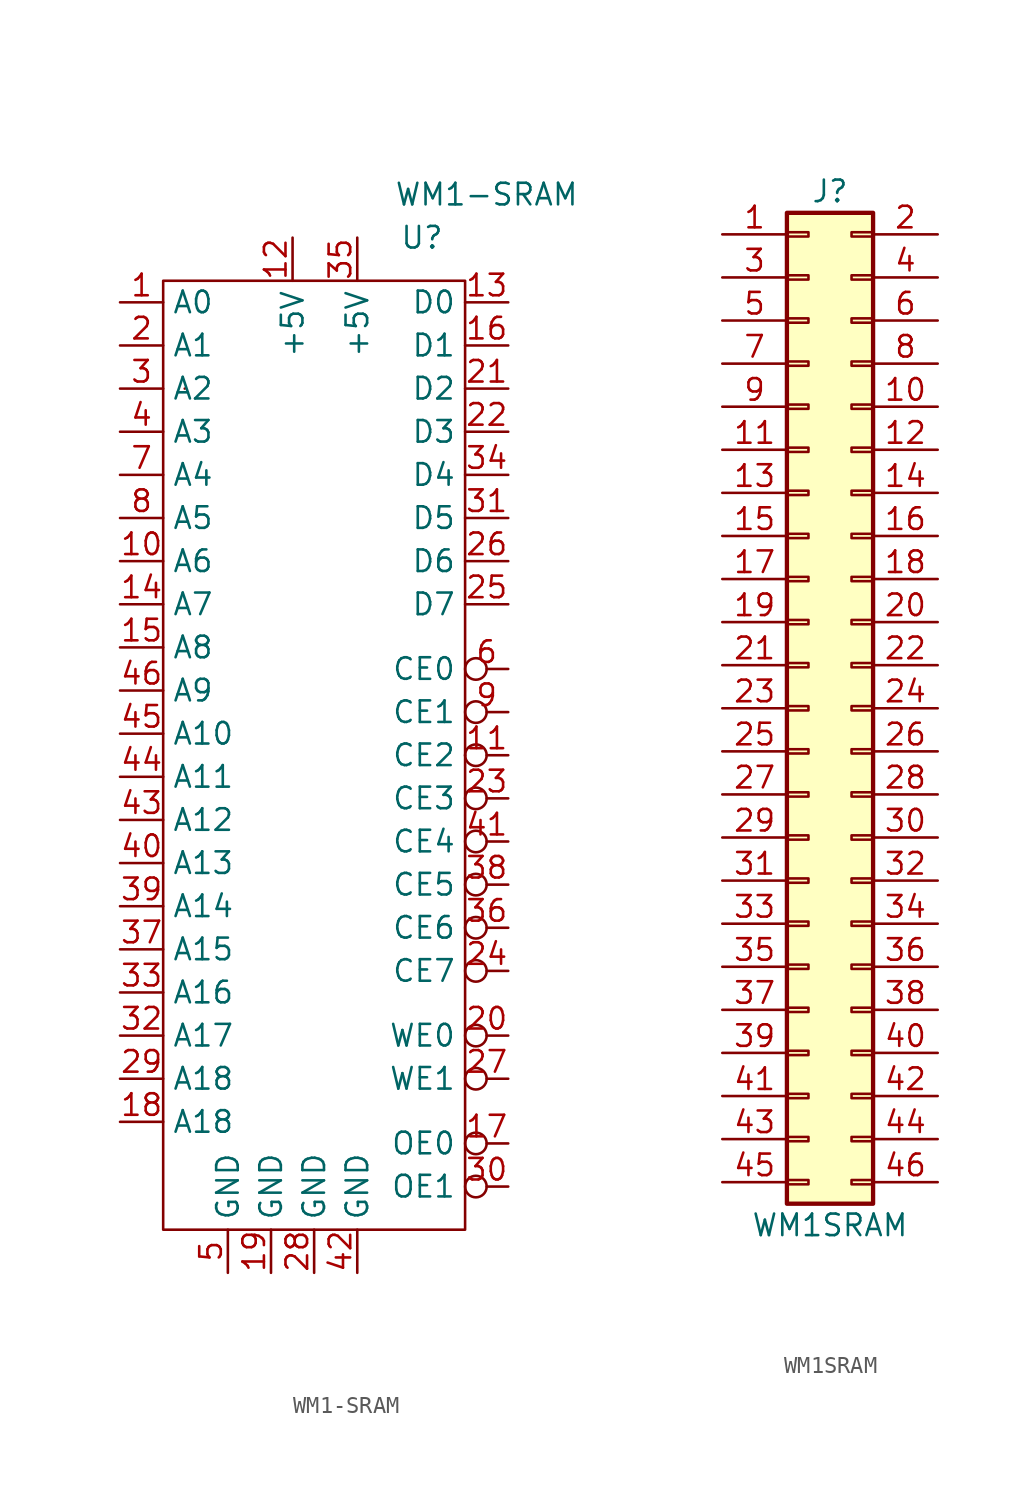
<source format=kicad_sym>
(kicad_symbol_lib
  (version 20211014)
  (generator kicad_symbol_editor)
  (symbol "WM1-SRAM"
    (property "Reference" "U"
      (at 6.35 29.21 0)
      (effects (font (size 1.27 1.27))))
    (property "Value" "WM1-SRAM"
      (at 10.16 31.75 0)
      (effects (font (size 1.27 1.27))))
    (symbol "WM1-SRAM_0_1"
      (rectangle (start -8.89 26.67) (end 8.89 -29.21) (stroke (width 0.152) (type default) (color 0 0 0 0)) (fill (type none)))
      (rectangle (start -7.62 20.32) (end -7.62 20.32) (stroke (width 0.152) (type default) (color 0 0 0 0)) (fill (type none)))
      (rectangle (start 8.89 -1.27) (end 8.89 -1.27) (stroke (width 0.152) (type default) (color 0 0 0 0)) (fill (type none))))
    (symbol "WM1-SRAM_1_1"
      (pin input line (at -11.43 25.4 0) (length 2.54) (name "A0" (effects (font (size 1.27 1.27)))) (number "1" (effects (font (size 1.27 1.27)))))
      (pin input line (at -11.43 10.16 0) (length 2.54) (name "A6" (effects (font (size 1.27 1.27)))) (number "10" (effects (font (size 1.27 1.27)))))
      (pin input inverted (at 11.43 -1.27 180) (length 2.54) (name "CE2" (effects (font (size 1.27 1.27)))) (number "11" (effects (font (size 1.27 1.27)))))
      (pin power_in line (at -1.27 29.21 270) (length 2.54) (name "+5V" (effects (font (size 1.27 1.27)))) (number "12" (effects (font (size 1.27 1.27)))))
      (pin bidirectional line (at 11.43 25.4 180) (length 2.54) (name "D0" (effects (font (size 1.27 1.27)))) (number "13" (effects (font (size 1.27 1.27)))))
      (pin input line (at -11.43 7.62 0) (length 2.54) (name "A7" (effects (font (size 1.27 1.27)))) (number "14" (effects (font (size 1.27 1.27)))))
      (pin input line (at -11.43 5.08 0) (length 2.54) (name "A8" (effects (font (size 1.27 1.27)))) (number "15" (effects (font (size 1.27 1.27)))))
      (pin bidirectional line (at 11.43 22.86 180) (length 2.54) (name "D1" (effects (font (size 1.27 1.27)))) (number "16" (effects (font (size 1.27 1.27)))))
      (pin input inverted (at 11.43 -24.13 180) (length 2.54) (name "OE0" (effects (font (size 1.27 1.27)))) (number "17" (effects (font (size 1.27 1.27)))))
      (pin input line (at -11.43 -22.86 0) (length 2.54) (name "A18" (effects (font (size 1.27 1.27)))) (number "18" (effects (font (size 1.27 1.27)))))
      (pin power_in line (at -2.54 -31.75 90) (length 2.54) (name "GND" (effects (font (size 1.27 1.27)))) (number "19" (effects (font (size 1.27 1.27)))))
      (pin input line (at -11.43 22.86 0) (length 2.54) (name "A1" (effects (font (size 1.27 1.27)))) (number "2" (effects (font (size 1.27 1.27)))))
      (pin input inverted (at 11.43 -17.78 180) (length 2.54) (name "WE0" (effects (font (size 1.27 1.27)))) (number "20" (effects (font (size 1.27 1.27)))))
      (pin bidirectional line (at 11.43 20.32 180) (length 2.54) (name "D2" (effects (font (size 1.27 1.27)))) (number "21" (effects (font (size 1.27 1.27)))))
      (pin bidirectional line (at 11.43 17.78 180) (length 2.54) (name "D3" (effects (font (size 1.27 1.27)))) (number "22" (effects (font (size 1.27 1.27)))))
      (pin input inverted (at 11.43 -3.81 180) (length 2.54) (name "CE3" (effects (font (size 1.27 1.27)))) (number "23" (effects (font (size 1.27 1.27)))))
      (pin input inverted (at 11.43 -13.97 180) (length 2.54) (name "CE7" (effects (font (size 1.27 1.27)))) (number "24" (effects (font (size 1.27 1.27)))))
      (pin bidirectional line (at 11.43 7.62 180) (length 2.54) (name "D7" (effects (font (size 1.27 1.27)))) (number "25" (effects (font (size 1.27 1.27)))))
      (pin bidirectional line (at 11.43 10.16 180) (length 2.54) (name "D6" (effects (font (size 1.27 1.27)))) (number "26" (effects (font (size 1.27 1.27)))))
      (pin input inverted (at 11.43 -20.32 180) (length 2.54) (name "WE1" (effects (font (size 1.27 1.27)))) (number "27" (effects (font (size 1.27 1.27)))))
      (pin power_in line (at 0 -31.75 90) (length 2.54) (name "GND" (effects (font (size 1.27 1.27)))) (number "28" (effects (font (size 1.27 1.27)))))
      (pin input line (at -11.43 -20.32 0) (length 2.54) (name "A18" (effects (font (size 1.27 1.27)))) (number "29" (effects (font (size 1.27 1.27)))))
      (pin input line (at -11.43 20.32 0) (length 2.54) (name "A2" (effects (font (size 1.27 1.27)))) (number "3" (effects (font (size 1.27 1.27)))))
      (pin input inverted (at 11.43 -26.67 180) (length 2.54) (name "OE1" (effects (font (size 1.27 1.27)))) (number "30" (effects (font (size 1.27 1.27)))))
      (pin bidirectional line (at 11.43 12.7 180) (length 2.54) (name "D5" (effects (font (size 1.27 1.27)))) (number "31" (effects (font (size 1.27 1.27)))))
      (pin input line (at -11.43 -17.78 0) (length 2.54) (name "A17" (effects (font (size 1.27 1.27)))) (number "32" (effects (font (size 1.27 1.27)))))
      (pin input line (at -11.43 -15.24 0) (length 2.54) (name "A16" (effects (font (size 1.27 1.27)))) (number "33" (effects (font (size 1.27 1.27)))))
      (pin bidirectional line (at 11.43 15.24 180) (length 2.54) (name "D4" (effects (font (size 1.27 1.27)))) (number "34" (effects (font (size 1.27 1.27)))))
      (pin power_in line (at 2.54 29.21 270) (length 2.54) (name "+5V" (effects (font (size 1.27 1.27)))) (number "35" (effects (font (size 1.27 1.27)))))
      (pin input inverted (at 11.43 -11.43 180) (length 2.54) (name "CE6" (effects (font (size 1.27 1.27)))) (number "36" (effects (font (size 1.27 1.27)))))
      (pin input line (at -11.43 -12.7 0) (length 2.54) (name "A15" (effects (font (size 1.27 1.27)))) (number "37" (effects (font (size 1.27 1.27)))))
      (pin input inverted (at 11.43 -8.89 180) (length 2.54) (name "CE5" (effects (font (size 1.27 1.27)))) (number "38" (effects (font (size 1.27 1.27)))))
      (pin input line (at -11.43 -10.16 0) (length 2.54) (name "A14" (effects (font (size 1.27 1.27)))) (number "39" (effects (font (size 1.27 1.27)))))
      (pin input line (at -11.43 17.78 0) (length 2.54) (name "A3" (effects (font (size 1.27 1.27)))) (number "4" (effects (font (size 1.27 1.27)))))
      (pin input line (at -11.43 -7.62 0) (length 2.54) (name "A13" (effects (font (size 1.27 1.27)))) (number "40" (effects (font (size 1.27 1.27)))))
      (pin input inverted (at 11.43 -6.35 180) (length 2.54) (name "CE4" (effects (font (size 1.27 1.27)))) (number "41" (effects (font (size 1.27 1.27)))))
      (pin power_in line (at 2.54 -31.75 90) (length 2.54) (name "GND" (effects (font (size 1.27 1.27)))) (number "42" (effects (font (size 1.27 1.27)))))
      (pin input line (at -11.43 -5.08 0) (length 2.54) (name "A12" (effects (font (size 1.27 1.27)))) (number "43" (effects (font (size 1.27 1.27)))))
      (pin input line (at -11.43 -2.54 0) (length 2.54) (name "A11" (effects (font (size 1.27 1.27)))) (number "44" (effects (font (size 1.27 1.27)))))
      (pin input line (at -11.43 0 0) (length 2.54) (name "A10" (effects (font (size 1.27 1.27)))) (number "45" (effects (font (size 1.27 1.27)))))
      (pin input line (at -11.43 2.54 0) (length 2.54) (name "A9" (effects (font (size 1.27 1.27)))) (number "46" (effects (font (size 1.27 1.27)))))
      (pin power_in line (at -5.08 -31.75 90) (length 2.54) (name "GND" (effects (font (size 1.27 1.27)))) (number "5" (effects (font (size 1.27 1.27)))))
      (pin input inverted (at 11.43 3.81 180) (length 2.54) (name "CE0" (effects (font (size 1.27 1.27)))) (number "6" (effects (font (size 1.27 1.27)))))
      (pin input line (at -11.43 15.24 0) (length 2.54) (name "A4" (effects (font (size 1.27 1.27)))) (number "7" (effects (font (size 1.27 1.27)))))
      (pin input line (at -11.43 12.7 0) (length 2.54) (name "A5" (effects (font (size 1.27 1.27)))) (number "8" (effects (font (size 1.27 1.27)))))
      (pin input inverted (at 11.43 1.27 180) (length 2.54) (name "CE1" (effects (font (size 1.27 1.27)))) (number "9" (effects (font (size 1.27 1.27)))))))
  (symbol "WM1SRAM"
    (pin_names
      (offset 1.016) hide)
    (property "Reference" "J"
      (at 1.27 30.48 0)
      (effects (font (size 1.27 1.27))))
    (property "Value" "WM1SRAM"
      (at 1.27 -30.48 0)
      (effects (font (size 1.27 1.27))))
    (symbol "WM1SRAM_1_1"
      (rectangle (start -1.27 -27.813) (end 0 -28.067) (stroke (width 0.152) (type default) (color 0 0 0 0)) (fill (type none)))
      (rectangle (start -1.27 -25.273) (end 0 -25.527) (stroke (width 0.152) (type default) (color 0 0 0 0)) (fill (type none)))
      (rectangle (start -1.27 -22.733) (end 0 -22.987) (stroke (width 0.152) (type default) (color 0 0 0 0)) (fill (type none)))
      (rectangle (start -1.27 -20.193) (end 0 -20.447) (stroke (width 0.152) (type default) (color 0 0 0 0)) (fill (type none)))
      (rectangle (start -1.27 -17.653) (end 0 -17.907) (stroke (width 0.152) (type default) (color 0 0 0 0)) (fill (type none)))
      (rectangle (start -1.27 -15.113) (end 0 -15.367) (stroke (width 0.152) (type default) (color 0 0 0 0)) (fill (type none)))
      (rectangle (start -1.27 -12.573) (end 0 -12.827) (stroke (width 0.152) (type default) (color 0 0 0 0)) (fill (type none)))
      (rectangle (start -1.27 -10.033) (end 0 -10.287) (stroke (width 0.152) (type default) (color 0 0 0 0)) (fill (type none)))
      (rectangle (start -1.27 -7.493) (end 0 -7.747) (stroke (width 0.152) (type default) (color 0 0 0 0)) (fill (type none)))
      (rectangle (start -1.27 -4.953) (end 0 -5.207) (stroke (width 0.152) (type default) (color 0 0 0 0)) (fill (type none)))
      (rectangle (start -1.27 -2.413) (end 0 -2.667) (stroke (width 0.152) (type default) (color 0 0 0 0)) (fill (type none)))
      (rectangle (start -1.27 0.127) (end 0 -0.127) (stroke (width 0.152) (type default) (color 0 0 0 0)) (fill (type none)))
      (rectangle (start -1.27 2.667) (end 0 2.413) (stroke (width 0.152) (type default) (color 0 0 0 0)) (fill (type none)))
      (rectangle (start -1.27 5.207) (end 0 4.953) (stroke (width 0.152) (type default) (color 0 0 0 0)) (fill (type none)))
      (rectangle (start -1.27 7.747) (end 0 7.493) (stroke (width 0.152) (type default) (color 0 0 0 0)) (fill (type none)))
      (rectangle (start -1.27 10.287) (end 0 10.033) (stroke (width 0.152) (type default) (color 0 0 0 0)) (fill (type none)))
      (rectangle (start -1.27 12.827) (end 0 12.573) (stroke (width 0.152) (type default) (color 0 0 0 0)) (fill (type none)))
      (rectangle (start -1.27 15.367) (end 0 15.113) (stroke (width 0.152) (type default) (color 0 0 0 0)) (fill (type none)))
      (rectangle (start -1.27 17.907) (end 0 17.653) (stroke (width 0.152) (type default) (color 0 0 0 0)) (fill (type none)))
      (rectangle (start -1.27 20.447) (end 0 20.193) (stroke (width 0.152) (type default) (color 0 0 0 0)) (fill (type none)))
      (rectangle (start -1.27 22.987) (end 0 22.733) (stroke (width 0.152) (type default) (color 0 0 0 0)) (fill (type none)))
      (rectangle (start -1.27 25.527) (end 0 25.273) (stroke (width 0.152) (type default) (color 0 0 0 0)) (fill (type none)))
      (rectangle (start -1.27 28.067) (end 0 27.813) (stroke (width 0.152) (type default) (color 0 0 0 0)) (fill (type none)))
      (rectangle (start -1.27 29.21) (end 3.81 -29.21) (stroke (width 0.254) (type default) (color 0 0 0 0)) (fill (type background)))
      (rectangle (start 3.81 -27.813) (end 2.54 -28.067) (stroke (width 0.152) (type default) (color 0 0 0 0)) (fill (type none)))
      (rectangle (start 3.81 -25.273) (end 2.54 -25.527) (stroke (width 0.152) (type default) (color 0 0 0 0)) (fill (type none)))
      (rectangle (start 3.81 -22.733) (end 2.54 -22.987) (stroke (width 0.152) (type default) (color 0 0 0 0)) (fill (type none)))
      (rectangle (start 3.81 -20.193) (end 2.54 -20.447) (stroke (width 0.152) (type default) (color 0 0 0 0)) (fill (type none)))
      (rectangle (start 3.81 -17.653) (end 2.54 -17.907) (stroke (width 0.152) (type default) (color 0 0 0 0)) (fill (type none)))
      (rectangle (start 3.81 -15.113) (end 2.54 -15.367) (stroke (width 0.152) (type default) (color 0 0 0 0)) (fill (type none)))
      (rectangle (start 3.81 -12.573) (end 2.54 -12.827) (stroke (width 0.152) (type default) (color 0 0 0 0)) (fill (type none)))
      (rectangle (start 3.81 -10.033) (end 2.54 -10.287) (stroke (width 0.152) (type default) (color 0 0 0 0)) (fill (type none)))
      (rectangle (start 3.81 -7.493) (end 2.54 -7.747) (stroke (width 0.152) (type default) (color 0 0 0 0)) (fill (type none)))
      (rectangle (start 3.81 -4.953) (end 2.54 -5.207) (stroke (width 0.152) (type default) (color 0 0 0 0)) (fill (type none)))
      (rectangle (start 3.81 -2.413) (end 2.54 -2.667) (stroke (width 0.152) (type default) (color 0 0 0 0)) (fill (type none)))
      (rectangle (start 3.81 0.127) (end 2.54 -0.127) (stroke (width 0.152) (type default) (color 0 0 0 0)) (fill (type none)))
      (rectangle (start 3.81 2.667) (end 2.54 2.413) (stroke (width 0.152) (type default) (color 0 0 0 0)) (fill (type none)))
      (rectangle (start 3.81 5.207) (end 2.54 4.953) (stroke (width 0.152) (type default) (color 0 0 0 0)) (fill (type none)))
      (rectangle (start 3.81 7.747) (end 2.54 7.493) (stroke (width 0.152) (type default) (color 0 0 0 0)) (fill (type none)))
      (rectangle (start 3.81 10.287) (end 2.54 10.033) (stroke (width 0.152) (type default) (color 0 0 0 0)) (fill (type none)))
      (rectangle (start 3.81 12.827) (end 2.54 12.573) (stroke (width 0.152) (type default) (color 0 0 0 0)) (fill (type none)))
      (rectangle (start 3.81 15.367) (end 2.54 15.113) (stroke (width 0.152) (type default) (color 0 0 0 0)) (fill (type none)))
      (rectangle (start 3.81 17.907) (end 2.54 17.653) (stroke (width 0.152) (type default) (color 0 0 0 0)) (fill (type none)))
      (rectangle (start 3.81 20.447) (end 2.54 20.193) (stroke (width 0.152) (type default) (color 0 0 0 0)) (fill (type none)))
      (rectangle (start 3.81 22.987) (end 2.54 22.733) (stroke (width 0.152) (type default) (color 0 0 0 0)) (fill (type none)))
      (rectangle (start 3.81 25.527) (end 2.54 25.273) (stroke (width 0.152) (type default) (color 0 0 0 0)) (fill (type none)))
      (rectangle (start 3.81 28.067) (end 2.54 27.813) (stroke (width 0.152) (type default) (color 0 0 0 0)) (fill (type none)))
      (pin input line (at -5.08 27.94 0) (length 3.81) (name "A0" (effects (font (size 1.27 1.27)))) (number "1" (effects (font (size 1.27 1.27)))))
      (pin passive line (at 7.62 17.78 180) (length 3.81) (name "Pin_10" (effects (font (size 1.27 1.27)))) (number "10" (effects (font (size 1.27 1.27)))))
      (pin passive line (at -5.08 15.24 0) (length 3.81) (name "Pin_11" (effects (font (size 1.27 1.27)))) (number "11" (effects (font (size 1.27 1.27)))))
      (pin passive line (at 7.62 15.24 180) (length 3.81) (name "Pin_12" (effects (font (size 1.27 1.27)))) (number "12" (effects (font (size 1.27 1.27)))))
      (pin passive line (at -5.08 12.7 0) (length 3.81) (name "Pin_13" (effects (font (size 1.27 1.27)))) (number "13" (effects (font (size 1.27 1.27)))))
      (pin passive line (at 7.62 12.7 180) (length 3.81) (name "Pin_14" (effects (font (size 1.27 1.27)))) (number "14" (effects (font (size 1.27 1.27)))))
      (pin passive line (at -5.08 10.16 0) (length 3.81) (name "Pin_15" (effects (font (size 1.27 1.27)))) (number "15" (effects (font (size 1.27 1.27)))))
      (pin passive line (at 7.62 10.16 180) (length 3.81) (name "Pin_16" (effects (font (size 1.27 1.27)))) (number "16" (effects (font (size 1.27 1.27)))))
      (pin passive line (at -5.08 7.62 0) (length 3.81) (name "Pin_17" (effects (font (size 1.27 1.27)))) (number "17" (effects (font (size 1.27 1.27)))))
      (pin passive line (at 7.62 7.62 180) (length 3.81) (name "Pin_18" (effects (font (size 1.27 1.27)))) (number "18" (effects (font (size 1.27 1.27)))))
      (pin passive line (at -5.08 5.08 0) (length 3.81) (name "Pin_19" (effects (font (size 1.27 1.27)))) (number "19" (effects (font (size 1.27 1.27)))))
      (pin passive line (at 7.62 27.94 180) (length 3.81) (name "A1" (effects (font (size 1.27 1.27)))) (number "2" (effects (font (size 1.27 1.27)))))
      (pin passive line (at 7.62 5.08 180) (length 3.81) (name "Pin_20" (effects (font (size 1.27 1.27)))) (number "20" (effects (font (size 1.27 1.27)))))
      (pin passive line (at -5.08 2.54 0) (length 3.81) (name "Pin_21" (effects (font (size 1.27 1.27)))) (number "21" (effects (font (size 1.27 1.27)))))
      (pin passive line (at 7.62 2.54 180) (length 3.81) (name "Pin_22" (effects (font (size 1.27 1.27)))) (number "22" (effects (font (size 1.27 1.27)))))
      (pin passive line (at -5.08 0 0) (length 3.81) (name "Pin_23" (effects (font (size 1.27 1.27)))) (number "23" (effects (font (size 1.27 1.27)))))
      (pin passive line (at 7.62 0 180) (length 3.81) (name "Pin_24" (effects (font (size 1.27 1.27)))) (number "24" (effects (font (size 1.27 1.27)))))
      (pin passive line (at -5.08 -2.54 0) (length 3.81) (name "Pin_25" (effects (font (size 1.27 1.27)))) (number "25" (effects (font (size 1.27 1.27)))))
      (pin passive line (at 7.62 -2.54 180) (length 3.81) (name "Pin_26" (effects (font (size 1.27 1.27)))) (number "26" (effects (font (size 1.27 1.27)))))
      (pin passive line (at -5.08 -5.08 0) (length 3.81) (name "Pin_27" (effects (font (size 1.27 1.27)))) (number "27" (effects (font (size 1.27 1.27)))))
      (pin passive line (at 7.62 -5.08 180) (length 3.81) (name "Pin_28" (effects (font (size 1.27 1.27)))) (number "28" (effects (font (size 1.27 1.27)))))
      (pin passive line (at -5.08 -7.62 0) (length 3.81) (name "Pin_29" (effects (font (size 1.27 1.27)))) (number "29" (effects (font (size 1.27 1.27)))))
      (pin passive line (at -5.08 25.4 0) (length 3.81) (name "Pin_3" (effects (font (size 1.27 1.27)))) (number "3" (effects (font (size 1.27 1.27)))))
      (pin passive line (at 7.62 -7.62 180) (length 3.81) (name "Pin_30" (effects (font (size 1.27 1.27)))) (number "30" (effects (font (size 1.27 1.27)))))
      (pin passive line (at -5.08 -10.16 0) (length 3.81) (name "Pin_31" (effects (font (size 1.27 1.27)))) (number "31" (effects (font (size 1.27 1.27)))))
      (pin passive line (at 7.62 -10.16 180) (length 3.81) (name "Pin_32" (effects (font (size 1.27 1.27)))) (number "32" (effects (font (size 1.27 1.27)))))
      (pin passive line (at -5.08 -12.7 0) (length 3.81) (name "Pin_33" (effects (font (size 1.27 1.27)))) (number "33" (effects (font (size 1.27 1.27)))))
      (pin passive line (at 7.62 -12.7 180) (length 3.81) (name "Pin_34" (effects (font (size 1.27 1.27)))) (number "34" (effects (font (size 1.27 1.27)))))
      (pin passive line (at -5.08 -15.24 0) (length 3.81) (name "Pin_35" (effects (font (size 1.27 1.27)))) (number "35" (effects (font (size 1.27 1.27)))))
      (pin passive line (at 7.62 -15.24 180) (length 3.81) (name "Pin_36" (effects (font (size 1.27 1.27)))) (number "36" (effects (font (size 1.27 1.27)))))
      (pin passive line (at -5.08 -17.78 0) (length 3.81) (name "Pin_37" (effects (font (size 1.27 1.27)))) (number "37" (effects (font (size 1.27 1.27)))))
      (pin passive line (at 7.62 -17.78 180) (length 3.81) (name "Pin_38" (effects (font (size 1.27 1.27)))) (number "38" (effects (font (size 1.27 1.27)))))
      (pin passive line (at -5.08 -20.32 0) (length 3.81) (name "Pin_39" (effects (font (size 1.27 1.27)))) (number "39" (effects (font (size 1.27 1.27)))))
      (pin passive line (at 7.62 25.4 180) (length 3.81) (name "Pin_4" (effects (font (size 1.27 1.27)))) (number "4" (effects (font (size 1.27 1.27)))))
      (pin passive line (at 7.62 -20.32 180) (length 3.81) (name "Pin_40" (effects (font (size 1.27 1.27)))) (number "40" (effects (font (size 1.27 1.27)))))
      (pin passive line (at -5.08 -22.86 0) (length 3.81) (name "Pin_41" (effects (font (size 1.27 1.27)))) (number "41" (effects (font (size 1.27 1.27)))))
      (pin passive line (at 7.62 -22.86 180) (length 3.81) (name "Pin_42" (effects (font (size 1.27 1.27)))) (number "42" (effects (font (size 1.27 1.27)))))
      (pin passive line (at -5.08 -25.4 0) (length 3.81) (name "Pin_43" (effects (font (size 1.27 1.27)))) (number "43" (effects (font (size 1.27 1.27)))))
      (pin passive line (at 7.62 -25.4 180) (length 3.81) (name "Pin_44" (effects (font (size 1.27 1.27)))) (number "44" (effects (font (size 1.27 1.27)))))
      (pin passive line (at -5.08 -27.94 0) (length 3.81) (name "Pin_45" (effects (font (size 1.27 1.27)))) (number "45" (effects (font (size 1.27 1.27)))))
      (pin passive line (at 7.62 -27.94 180) (length 3.81) (name "Pin_46" (effects (font (size 1.27 1.27)))) (number "46" (effects (font (size 1.27 1.27)))))
      (pin passive line (at -5.08 22.86 0) (length 3.81) (name "Pin_5" (effects (font (size 1.27 1.27)))) (number "5" (effects (font (size 1.27 1.27)))))
      (pin passive line (at 7.62 22.86 180) (length 3.81) (name "Pin_6" (effects (font (size 1.27 1.27)))) (number "6" (effects (font (size 1.27 1.27)))))
      (pin passive line (at -5.08 20.32 0) (length 3.81) (name "Pin_7" (effects (font (size 1.27 1.27)))) (number "7" (effects (font (size 1.27 1.27)))))
      (pin passive line (at 7.62 20.32 180) (length 3.81) (name "Pin_8" (effects (font (size 1.27 1.27)))) (number "8" (effects (font (size 1.27 1.27)))))
      (pin passive line (at -5.08 17.78 0) (length 3.81) (name "Pin_9" (effects (font (size 1.27 1.27)))) (number "9" (effects (font (size 1.27 1.27))))))))
</source>
